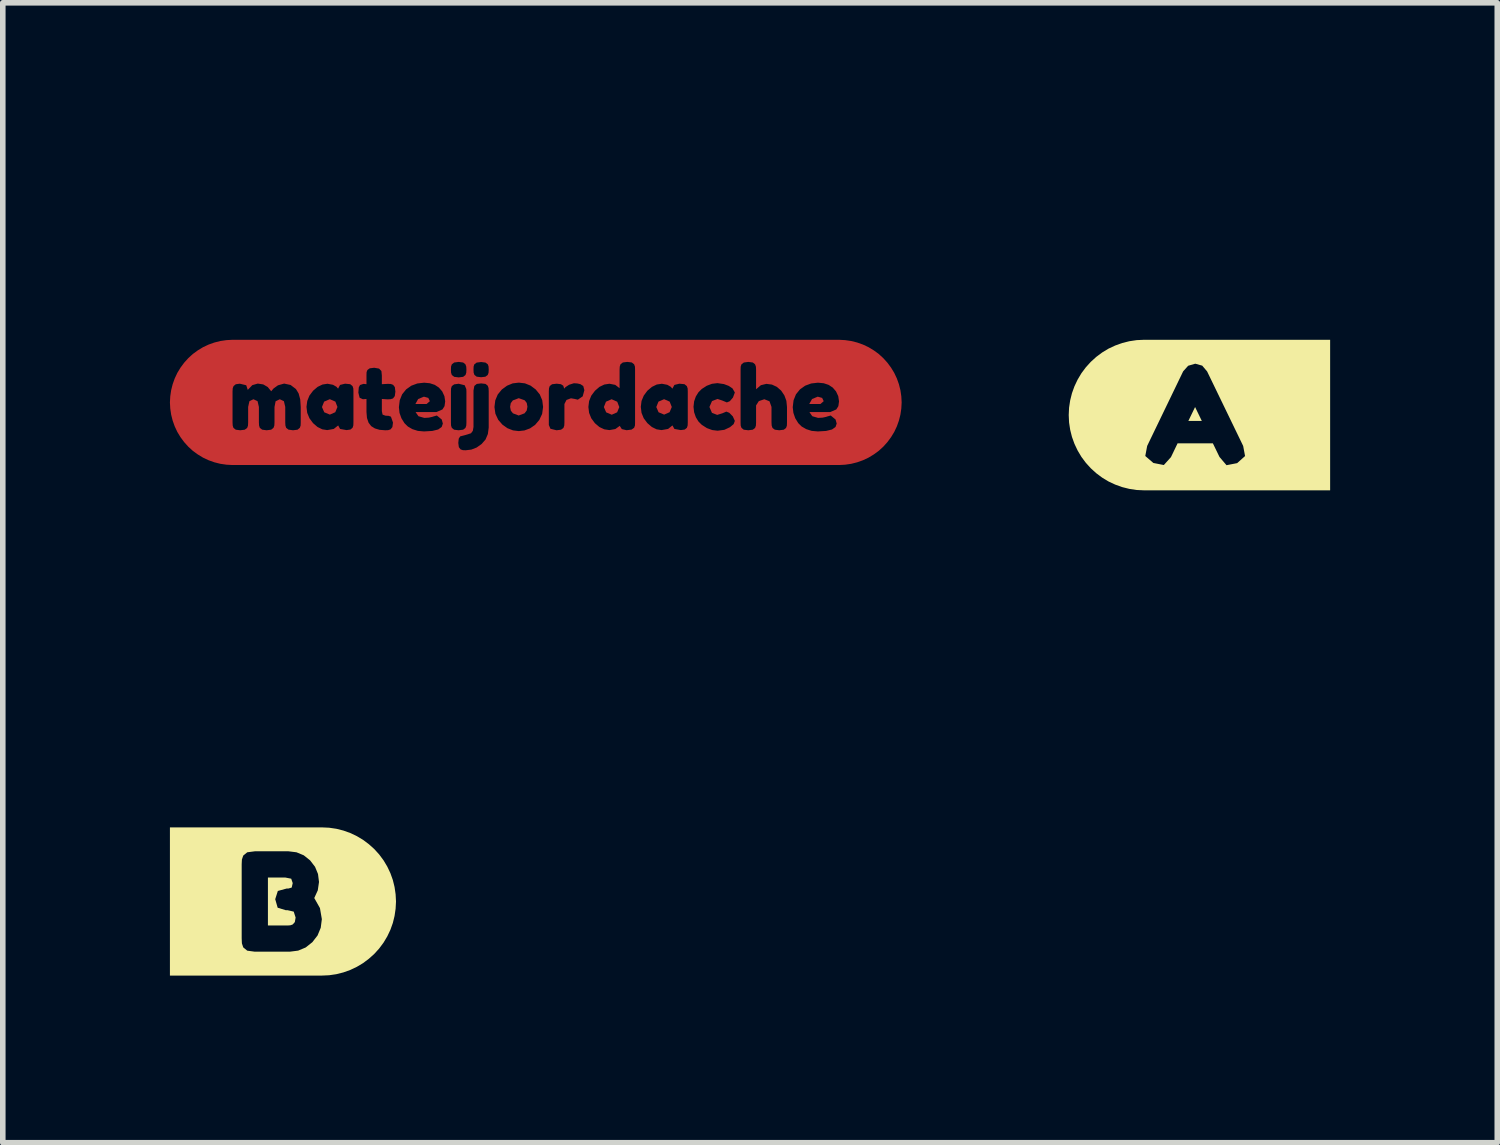
<source format=kicad_pcb>
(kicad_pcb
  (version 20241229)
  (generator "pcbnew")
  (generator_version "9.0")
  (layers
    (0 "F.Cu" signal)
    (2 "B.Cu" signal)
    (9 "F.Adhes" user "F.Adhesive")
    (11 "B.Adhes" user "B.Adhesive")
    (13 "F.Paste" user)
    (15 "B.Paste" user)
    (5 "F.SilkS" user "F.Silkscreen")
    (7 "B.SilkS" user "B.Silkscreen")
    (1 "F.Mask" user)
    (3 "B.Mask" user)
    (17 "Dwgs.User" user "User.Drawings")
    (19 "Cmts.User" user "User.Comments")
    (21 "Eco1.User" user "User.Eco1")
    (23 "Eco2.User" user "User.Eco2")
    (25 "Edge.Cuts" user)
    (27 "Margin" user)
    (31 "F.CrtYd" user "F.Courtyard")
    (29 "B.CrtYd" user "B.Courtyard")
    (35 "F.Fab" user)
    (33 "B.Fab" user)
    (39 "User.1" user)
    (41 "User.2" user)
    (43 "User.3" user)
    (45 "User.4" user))
  (footprint "kibuzzard-65C3E68A"
    (layer "F.Cu")
    (at 6.567 4.173)
    (property "Reference" "kibuzzard-65C3E68A" (at 0 -4.172 0) (layer "F.SilkS") (effects (font (size 0.001 0.001) (thickness 0.15))))
    (attr board_only exclude_from_pos_files exclude_from_bom)
    (fp_poly (pts (xy -1.961 0.029) (xy -1.901 -0.022) (xy -1.929 -0.081) (xy -2.008 -0.103) (xy -2.111 -0.061) (xy -2.161 0.029) (xy -1.961 0.029)) (stroke (width 0) (type solid)) (fill yes) (layer "F.Cu"))
    (fp_poly (pts (xy 5.108 0.029) (xy 5.168 -0.022) (xy 5.14 -0.081) (xy 5.061 -0.103) (xy 4.959 -0.061) (xy 4.908 0.029) (xy 5.108 0.029)) (stroke (width 0) (type solid)) (fill yes) (layer "F.Cu"))
    (fp_poly (pts (xy -3.838 0.083) (xy -3.797 0.177) (xy -3.696 0.219) (xy -3.599 0.176) (xy -3.56 0.082) (xy -3.597 -0.014) (xy -3.697 -0.058) (xy -3.799 -0.014) (xy -3.838 0.083)) (stroke (width 0) (type solid)) (fill yes) (layer "F.Cu"))
    (fp_poly (pts (xy 1.263 0.178) (xy 1.363 0.221) (xy 1.46 0.178) (xy 1.499 0.084) (xy 1.462 -0.012) (xy 1.361 -0.057) (xy 1.26 -0.013) (xy 1.222 0.083) (xy 1.263 0.178)) (stroke (width 0) (type solid)) (fill yes) (layer "F.Cu"))
    (fp_poly (pts (xy 2.163 0.083) (xy 2.204 0.177) (xy 2.304 0.219) (xy 2.402 0.176) (xy 2.441 0.082) (xy 2.403 -0.014) (xy 2.303 -0.058) (xy 2.202 -0.014) (xy 2.163 0.083)) (stroke (width 0) (type solid)) (fill yes) (layer "F.Cu"))
    (fp_poly (pts (xy -0.41 0.196) (xy -0.307 0.235) (xy -0.202 0.196) (xy -0.163 0.146) (xy -0.15 0.078) (xy -0.162 0.01) (xy -0.199 -0.038) (xy -0.306 -0.076) (xy -0.412 -0.036) (xy -0.449 0.013) (xy -0.461 0.08) (xy -0.448 0.148) (xy -0.41 0.196)) (stroke (width 0) (type solid)) (fill yes) (layer "F.Cu"))
    (fp_poly (pts (xy -5.443 -1.124) (xy -5.443 -1.124) (xy -5.553 -1.118) (xy -5.662 -1.102) (xy -5.769 -1.075) (xy -5.873 -1.038) (xy -5.973 -0.991) (xy -6.067 -0.934) (xy -6.156 -0.869) (xy -6.237 -0.795) (xy -6.311 -0.713) (xy -6.377 -0.624) (xy -6.434 -0.53) (xy -6.481 -0.43) (xy -6.518 -0.326) (xy -6.545 -0.219) (xy -6.561 -0.11) (xy -6.567 0) (xy -6.561 0.11) (xy -6.545 0.219) (xy -6.518 0.326) (xy -6.481 0.43) (xy -6.434 0.53) (xy -6.377 0.624) (xy -6.311 0.713) (xy -6.237 0.795) (xy -6.156 0.869) (xy -6.067 0.934) (xy -5.973 0.991) (xy -5.873 1.038) (xy -5.769 1.075) (xy -5.662 1.102) (xy -5.553 1.118) (xy -5.443 1.124) (xy -5.443 1.124) (xy -4.358 1.124) (xy -4.358 0.5) (xy -4.439 0.489) (xy -4.481 0.456) (xy -4.494 0.414) (xy -4.497 0.359) (xy -4.497 0.081) (xy -4.521 -0.022) (xy -4.595 -0.057) (xy -4.67 -0.02) (xy -4.69 0.083) (xy -4.69 0.361) (xy -4.693 0.416) (xy -4.708 0.457) (xy -4.75 0.49) (xy -4.832 0.5) (xy -4.912 0.489) (xy -4.954 0.456) (xy -4.967 0.414) (xy -4.97 0.359) (xy -4.97 0.081) (xy -4.994 -0.022) (xy -5.068 -0.057) (xy -5.14 -0.022) (xy -5.163 0.081) (xy -5.163 0.362) (xy -5.166 0.417) (xy -5.181 0.459) (xy -5.224 0.49) (xy -5.305 0.5) (xy -5.385 0.49) (xy -5.427 0.457) (xy -5.44 0.416) (xy -5.443 0.361) (xy -5.443 -0.198) (xy -5.44 -0.253) (xy -5.425 -0.293) (xy -5.385 -0.326) (xy -5.313 -0.336) (xy -5.197 -0.308) (xy -5.17 -0.225) (xy -5.088 -0.31) (xy -4.99 -0.338) (xy -4.892 -0.323) (xy -4.811 -0.276) (xy -4.749 -0.2) (xy -4.707 -0.25) (xy -4.628 -0.307) (xy -4.517 -0.338) (xy -4.401 -0.313) (xy -4.305 -0.24) (xy -4.257 -0.161) (xy -4.228 -0.053) (xy -4.219 0.083) (xy -4.219 0.361) (xy -4.221 0.415) (xy -4.236 0.457) (xy -4.277 0.49) (xy -4.358 0.5) (xy -4.358 1.124) (xy -3.397 1.124) (xy -3.397 0.497) (xy -3.513 0.476) (xy -3.547 0.413) (xy -3.626 0.476) (xy -3.743 0.497) (xy -3.833 0.483) (xy -3.918 0.441) (xy -3.998 0.372) (xy -4.063 0.284) (xy -4.103 0.187) (xy -4.116 0.08) (xy -4.102 -0.026) (xy -4.063 -0.122) (xy -3.997 -0.21) (xy -3.916 -0.279) (xy -3.829 -0.321) (xy -3.738 -0.335) (xy -3.639 -0.316) (xy -3.577 -0.28) (xy -3.549 -0.247) (xy -3.513 -0.314) (xy -3.423 -0.336) (xy -3.331 -0.327) (xy -3.289 -0.293) (xy -3.275 -0.251) (xy -3.273 -0.197) (xy -3.273 0.359) (xy -3.275 0.414) (xy -3.289 0.456) (xy -3.327 0.487) (xy -3.397 0.497) (xy -3.397 1.124) (xy -2.703 1.124) (xy -2.703 0.5) (xy -2.804 0.492) (xy -2.888 0.467) (xy -2.954 0.426) (xy -3.001 0.365) (xy -3.03 0.28) (xy -3.039 0.173) (xy -3.039 -0.062) (xy -3.104 -0.057) (xy -3.162 -0.084) (xy -3.185 -0.176) (xy -3.177 -0.27) (xy -3.155 -0.312) (xy -3.092 -0.333) (xy -3.039 -0.327) (xy -3.039 -0.49) (xy -3.037 -0.544) (xy -3.022 -0.582) (xy -2.981 -0.612) (xy -2.9 -0.622) (xy -2.813 -0.607) (xy -2.771 -0.563) (xy -2.763 -0.482) (xy -2.763 -0.327) (xy -2.657 -0.333) (xy -2.603 -0.331) (xy -2.561 -0.316) (xy -2.53 -0.275) (xy -2.52 -0.193) (xy -2.531 -0.113) (xy -2.563 -0.071) (xy -2.605 -0.058) (xy -2.66 -0.055) (xy -2.763 -0.062) (xy -2.763 0.157) (xy -2.75 0.219) (xy -2.699 0.238) (xy -2.642 0.241) (xy -2.6 0.256) (xy -2.563 0.362) (xy -2.574 0.443) (xy -2.607 0.484) (xy -2.65 0.498) (xy -2.703 0.5) (xy -2.703 1.124) (xy -2.006 1.124) (xy -2.006 0.521) (xy -2.117 0.511) (xy -2.215 0.48) (xy -2.296 0.433) (xy -2.357 0.373) (xy -2.412 0.284) (xy -2.446 0.188) (xy -2.457 0.086) (xy -2.442 -0.038) (xy -2.399 -0.145) (xy -2.327 -0.234) (xy -2.234 -0.3) (xy -2.126 -0.34) (xy -2.004 -0.354) (xy -1.901 -0.344) (xy -1.813 -0.315) (xy -1.739 -0.266) (xy -1.68 -0.198) (xy -1.64 -0.112) (xy -1.626 -0.018) (xy -1.638 0.067) (xy -1.675 0.126) (xy -1.782 0.173) (xy -2.158 0.173) (xy -2.106 0.248) (xy -2.001 0.278) (xy -1.919 0.273) (xy -1.857 0.259) (xy -1.839 0.253) (xy -1.776 0.235) (xy -1.688 0.307) (xy -1.668 0.38) (xy -1.689 0.441) (xy -1.752 0.486) (xy -1.858 0.512) (xy -2.006 0.521) (xy -2.006 1.124) (xy -1.257 1.124) (xy -1.257 0.859) (xy -1.31 0.857) (xy -1.35 0.843) (xy -1.381 0.803) (xy -1.391 0.727) (xy -1.385 0.671) (xy -1.385 0.5) (xy -1.466 0.49) (xy -1.507 0.457) (xy -1.521 0.416) (xy -1.523 0.361) (xy -1.523 -0.197) (xy -1.521 -0.251) (xy -1.507 -0.293) (xy -1.465 -0.324) (xy -1.384 -0.335) (xy -1.384 -0.449) (xy -1.464 -0.459) (xy -1.507 -0.492) (xy -1.521 -0.534) (xy -1.523 -0.589) (xy -1.521 -0.643) (xy -1.507 -0.684) (xy -1.465 -0.716) (xy -1.384 -0.727) (xy -1.303 -0.716) (xy -1.263 -0.684) (xy -1.248 -0.642) (xy -1.245 -0.587) (xy -1.248 -0.532) (xy -1.262 -0.491) (xy -1.304 -0.459) (xy -1.384 -0.449) (xy -1.384 -0.335) (xy -1.384 -0.335) (xy -1.276 -0.308) (xy -1.247 -0.239) (xy -1.245 -0.193) (xy -1.245 0.362) (xy -1.248 0.417) (xy -1.263 0.459) (xy -1.304 0.49) (xy -1.385 0.5) (xy -1.385 0.671) (xy -1.383 0.651) (xy -1.357 0.61) (xy -1.265 0.586) (xy -1.163 0.554) (xy -1.13 0.51) (xy -1.118 0.44) (xy -1.118 -0.214) (xy -1.103 -0.296) (xy -1.059 -0.332) (xy -0.983 -0.341) (xy -0.983 -0.452) (xy -1.061 -0.462) (xy -1.102 -0.494) (xy -1.116 -0.536) (xy -1.118 -0.59) (xy -1.116 -0.644) (xy -1.103 -0.684) (xy -1.061 -0.715) (xy -0.98 -0.725) (xy -0.903 -0.715) (xy -0.861 -0.684) (xy -0.848 -0.646) (xy -0.845 -0.593) (xy -0.845 -0.584) (xy -0.848 -0.532) (xy -0.863 -0.492) (xy -0.905 -0.461) (xy -0.983 -0.452) (xy -0.983 -0.341) (xy -0.98 -0.341) (xy -0.902 -0.332) (xy -0.862 -0.299) (xy -0.848 -0.258) (xy -0.845 -0.203) (xy -0.845 0.451) (xy -0.86 0.567) (xy -0.902 0.666) (xy -0.974 0.748) (xy -1.062 0.81) (xy -1.157 0.847) (xy -1.257 0.859) (xy -1.257 1.124) (xy -0.306 1.124) (xy -0.306 0.515) (xy -0.409 0.502) (xy -0.509 0.463) (xy -0.599 0.399) (xy -0.675 0.311) (xy -0.725 0.203) (xy -0.742 0.083) (xy -0.727 -0.037) (xy -0.683 -0.142) (xy -0.609 -0.232) (xy -0.516 -0.3) (xy -0.414 -0.342) (xy -0.304 -0.355) (xy -0.194 -0.342) (xy -0.093 -0.301) (xy -0.001 -0.232) (xy 0.072 -0.143) (xy 0.116 -0.038) (xy 0.131 0.081) (xy 0.114 0.206) (xy 0.063 0.315) (xy -0.013 0.404) (xy -0.103 0.466) (xy -0.203 0.503) (xy -0.306 0.515) (xy -0.306 1.124) (xy 0.372 1.124) (xy 0.372 0.5) (xy 0.263 0.473) (xy 0.234 0.405) (xy 0.234 0.359) (xy 0.234 -0.198) (xy 0.237 -0.253) (xy 0.25 -0.293) (xy 0.292 -0.326) (xy 0.374 -0.336) (xy 0.451 -0.327) (xy 0.493 -0.3) (xy 0.51 -0.247) (xy 0.533 -0.274) (xy 0.598 -0.317) (xy 0.684 -0.344) (xy 0.747 -0.34) (xy 0.802 -0.327) (xy 0.852 -0.294) (xy 0.872 -0.22) (xy 0.842 -0.109) (xy 0.755 -0.049) (xy 0.7 -0.062) (xy 0.631 -0.074) (xy 0.551 -0.044) (xy 0.514 0.029) (xy 0.514 0.362) (xy 0.511 0.417) (xy 0.496 0.459) (xy 0.453 0.49) (xy 0.372 0.5) (xy 0.372 1.124) (xy 1.63 1.124) (xy 1.63 0.499) (xy 1.544 0.479) (xy 1.507 0.421) (xy 1.428 0.478) (xy 1.322 0.497) (xy 1.229 0.483) (xy 1.142 0.442) (xy 1.061 0.373) (xy 0.996 0.285) (xy 0.957 0.188) (xy 0.944 0.082) (xy 0.957 -0.024) (xy 0.996 -0.121) (xy 1.062 -0.209) (xy 1.143 -0.279) (xy 1.23 -0.321) (xy 1.322 -0.335) (xy 1.426 -0.315) (xy 1.504 -0.255) (xy 1.504 -0.589) (xy 1.507 -0.643) (xy 1.521 -0.685) (xy 1.563 -0.717) (xy 1.643 -0.727) (xy 1.723 -0.717) (xy 1.765 -0.684) (xy 1.78 -0.642) (xy 1.782 -0.587) (xy 1.782 0.361) (xy 1.78 0.415) (xy 1.765 0.456) (xy 1.719 0.488) (xy 1.63 0.499) (xy 1.63 1.124) (xy 2.603 1.124) (xy 2.603 0.497) (xy 2.488 0.476) (xy 2.453 0.413) (xy 2.375 0.476) (xy 2.257 0.497) (xy 2.168 0.483) (xy 2.083 0.441) (xy 2.003 0.372) (xy 1.937 0.284) (xy 1.898 0.187) (xy 1.885 0.08) (xy 1.898 -0.026) (xy 1.938 -0.122) (xy 2.003 -0.21) (xy 2.085 -0.279) (xy 2.171 -0.321) (xy 2.263 -0.335) (xy 2.361 -0.316) (xy 2.423 -0.28) (xy 2.452 -0.247) (xy 2.488 -0.314) (xy 2.577 -0.336) (xy 2.669 -0.327) (xy 2.711 -0.293) (xy 2.726 -0.251) (xy 2.728 -0.197) (xy 2.728 0.359) (xy 2.726 0.414) (xy 2.712 0.456) (xy 2.674 0.487) (xy 2.603 0.497) (xy 2.603 1.124) (xy 3.263 1.124) (xy 3.263 0.508) (xy 3.166 0.496) (xy 3.071 0.461) (xy 2.979 0.402) (xy 2.92 0.343) (xy 2.873 0.266) (xy 2.842 0.177) (xy 2.831 0.079) (xy 2.842 -0.019) (xy 2.873 -0.107) (xy 2.92 -0.182) (xy 2.979 -0.241) (xy 3.069 -0.299) (xy 3.162 -0.334) (xy 3.26 -0.346) (xy 3.377 -0.329) (xy 3.462 -0.297) (xy 3.487 -0.281) (xy 3.531 -0.251) (xy 3.573 -0.178) (xy 3.539 -0.087) (xy 3.483 -0.022) (xy 3.43 0.000265) (xy 3.344 -0.035) (xy 3.262 -0.062) (xy 3.163 -0.024) (xy 3.117 0.082) (xy 3.162 0.187) (xy 3.256 0.224) (xy 3.35 0.195) (xy 3.42 0.165) (xy 3.473 0.186) (xy 3.536 0.25) (xy 3.573 0.332) (xy 3.551 0.39) (xy 3.485 0.445) (xy 3.385 0.492) (xy 3.263 0.508) (xy 3.263 1.124) (xy 4.37 1.124) (xy 4.37 0.5) (xy 4.291 0.49) (xy 4.249 0.459) (xy 4.234 0.416) (xy 4.231 0.359) (xy 4.231 0.081) (xy 4.195 -0.02) (xy 4.102 -0.057) (xy 4.003 -0.023) (xy 3.954 0.054) (xy 3.954 0.362) (xy 3.951 0.417) (xy 3.936 0.459) (xy 3.895 0.49) (xy 3.814 0.5) (xy 3.733 0.49) (xy 3.692 0.457) (xy 3.678 0.416) (xy 3.676 0.361) (xy 3.676 -0.589) (xy 3.678 -0.643) (xy 3.692 -0.684) (xy 3.734 -0.716) (xy 3.816 -0.727) (xy 3.896 -0.716) (xy 3.936 -0.684) (xy 3.951 -0.642) (xy 3.954 -0.587) (xy 3.954 -0.236) (xy 4.04 -0.309) (xy 4.139 -0.333) (xy 4.239 -0.32) (xy 4.327 -0.279) (xy 4.404 -0.212) (xy 4.462 -0.126) (xy 4.498 -0.028) (xy 4.509 0.083) (xy 4.509 0.362) (xy 4.507 0.417) (xy 4.492 0.459) (xy 4.451 0.49) (xy 4.37 0.5) (xy 4.37 1.124) (xy 5.063 1.124) (xy 5.063 0.521) (xy 4.952 0.511) (xy 4.855 0.48) (xy 4.773 0.433) (xy 4.712 0.373) (xy 4.657 0.284) (xy 4.624 0.188) (xy 4.612 0.086) (xy 4.627 -0.038) (xy 4.67 -0.145) (xy 4.742 -0.234) (xy 4.835 -0.3) (xy 4.943 -0.34) (xy 5.065 -0.354) (xy 5.168 -0.344) (xy 5.256 -0.315) (xy 5.33 -0.266) (xy 5.389 -0.198) (xy 5.429 -0.112) (xy 5.443 -0.018) (xy 5.431 0.067) (xy 5.394 0.126) (xy 5.287 0.173) (xy 4.911 0.173) (xy 4.963 0.248) (xy 5.068 0.278) (xy 5.15 0.273) (xy 5.213 0.259) (xy 5.23 0.253) (xy 5.294 0.235) (xy 5.381 0.307) (xy 5.401 0.38) (xy 5.38 0.441) (xy 5.317 0.486) (xy 5.211 0.512) (xy 5.063 0.521) (xy 5.063 1.124) (xy 5.443 1.124) (xy 5.443 1.124) (xy 5.553 1.118) (xy 5.662 1.102) (xy 5.769 1.075) (xy 5.873 1.038) (xy 5.973 0.991) (xy 6.067 0.934) (xy 6.156 0.869) (xy 6.237 0.795) (xy 6.311 0.713) (xy 6.377 0.624) (xy 6.434 0.53) (xy 6.481 0.43) (xy 6.518 0.326) (xy 6.545 0.219) (xy 6.561 0.11) (xy 6.567 0) (xy 6.561 -0.11) (xy 6.545 -0.219) (xy 6.518 -0.326) (xy 6.481 -0.43) (xy 6.434 -0.53) (xy 6.377 -0.624) (xy 6.311 -0.713) (xy 6.237 -0.795) (xy 6.156 -0.869) (xy 6.067 -0.934) (xy 5.973 -0.991) (xy 5.873 -1.038) (xy 5.769 -1.075) (xy 5.662 -1.102) (xy 5.553 -1.118) (xy 5.443 -1.124) (xy 5.443 -1.124) (xy -5.443 -1.124)) (stroke (width 0) (type solid)) (fill yes) (layer "F.Cu")))
  (footprint "kibuzzard-6678BAB8"
    (layer "F.Cu")
    (at 18.479 4.4)
    (property "Reference" "kibuzzard-6678BAB8" (at 0 -4.399 0) (layer "F.SilkS") (effects (font (size 0.001 0.001) (thickness 0.15))))
    (attr board_only exclude_from_pos_files exclude_from_bom)
    (fp_poly (pts (xy -0.078 -0.144) (xy -0.199 0.106) (xy 0.043 0.106) (xy -0.078 -0.144)) (stroke (width 0) (type solid)) (fill yes) (layer "F.SilkS"))
    (fp_poly (pts (xy -0.995 -1.351) (xy -0.995 -1.351) (xy -1.127 -1.345) (xy -1.259 -1.325) (xy -1.387 -1.293) (xy -1.512 -1.248) (xy -1.632 -1.192) (xy -1.746 -1.123) (xy -1.852 -1.044) (xy -1.95 -0.955) (xy -2.039 -0.857) (xy -2.118 -0.751) (xy -2.186 -0.637) (xy -2.243 -0.517) (xy -2.288 -0.392) (xy -2.32 -0.264) (xy -2.34 -0.132) (xy -2.346 0) (xy -2.34 0.132) (xy -2.32 0.264) (xy -2.288 0.392) (xy -2.243 0.517) (xy -2.186 0.637) (xy -2.118 0.751) (xy -2.039 0.857) (xy -1.95 0.955) (xy -1.852 1.044) (xy -1.746 1.123) (xy -1.632 1.192) (xy -1.512 1.248) (xy -1.387 1.293) (xy -1.259 1.325) (xy -1.127 1.345) (xy -0.995 1.351) (xy -0.995 1.351) (xy 0.486 1.351) (xy 0.486 0.9) (xy 0.36 0.752) (xy 0.241 0.507) (xy -0.392 0.507) (xy -0.511 0.755) (xy -0.639 0.897) (xy -0.827 0.86) (xy -0.972 0.735) (xy -0.938 0.554) (xy -0.292 -0.785) (xy -0.202 -0.885) (xy -0.075 -0.922) (xy 0.05 -0.887) (xy 0.138 -0.783) (xy 0.785 0.554) (xy 0.819 0.736) (xy 0.677 0.863) (xy 0.486 0.9) (xy 0.486 1.351) (xy 0.844 1.351) (xy 2.346 1.351) (xy 2.346 -1.351) (xy 0.844 -1.351) (xy -0.995 -1.351)) (stroke (width 0) (type solid)) (fill yes) (layer "F.SilkS")))
  (footprint "kibuzzard-6678BAC3"
    (layer "F.Cu")
    (at 2.029 13.131)
    (property "Reference" "kibuzzard-6678BAC3" (at 0 -4.378 0) (layer "F.SilkS") (effects (font (size 0.001 0.001) (thickness 0.15))))
    (attr board_only exclude_from_pos_files exclude_from_bom)
    (fp_poly (pts (xy -0.27 0.43) (xy 0.098 0.43) (xy 0.134 0.427) (xy 0.174 0.413) (xy 0.213 0.37) (xy 0.227 0.288) (xy 0.193 0.182) (xy 0.085 0.157) (xy 0.052 0.157) (xy -0.095 0.112) (xy -0.139 -0.041) (xy -0.092 -0.189) (xy 0.065 -0.232) (xy 0.096 -0.232) (xy 0.157 -0.25) (xy 0.175 -0.33) (xy 0.148 -0.409) (xy 0.042 -0.43) (xy -0.27 -0.43) (xy -0.27 0.43)) (stroke (width 0) (type solid)) (fill yes) (layer "F.SilkS"))
    (fp_poly (pts (xy -0.741 -1.33) (xy -2.029 -1.33) (xy -2.029 1.33) (xy -0.741 1.33) (xy -0.507 1.33) (xy -0.507 0.901) (xy -0.641 0.883) (xy -0.713 0.824) (xy -0.737 0.752) (xy -0.741 0.662) (xy -0.741 -0.667) (xy -0.737 -0.753) (xy -0.713 -0.824) (xy -0.641 -0.883) (xy -0.504 -0.901) (xy 0.098 -0.901) (xy 0.243 -0.883) (xy 0.373 -0.829) (xy 0.487 -0.738) (xy 0.576 -0.622) (xy 0.629 -0.493) (xy 0.647 -0.35) (xy 0.625 -0.2) (xy 0.562 -0.062) (xy 0.664 0.119) (xy 0.698 0.317) (xy 0.678 0.472) (xy 0.621 0.61) (xy 0.527 0.731) (xy 0.407 0.826) (xy 0.273 0.882) (xy 0.124 0.901) (xy -0.507 0.901) (xy -0.507 1.33) (xy 0.698 1.33) (xy 0.698 1.33) (xy 0.829 1.324) (xy 0.958 1.305) (xy 1.085 1.273) (xy 1.208 1.229) (xy 1.326 1.173) (xy 1.438 1.106) (xy 1.542 1.028) (xy 1.639 0.941) (xy 1.727 0.844) (xy 1.805 0.739) (xy 1.872 0.627) (xy 1.928 0.509) (xy 1.972 0.386) (xy 2.003 0.26) (xy 2.022 0.13) (xy 2.029 0) (xy 2.022 -0.13) (xy 2.003 -0.26) (xy 1.972 -0.386) (xy 1.928 -0.509) (xy 1.872 -0.627) (xy 1.805 -0.739) (xy 1.727 -0.844) (xy 1.639 -0.941) (xy 1.542 -1.028) (xy 1.438 -1.106) (xy 1.326 -1.173) (xy 1.208 -1.229) (xy 1.085 -1.273) (xy 0.958 -1.305) (xy 0.829 -1.324) (xy 0.698 -1.33) (xy 0.698 -1.33) (xy -0.741 -1.33)) (stroke (width 0) (type solid)) (fill yes) (layer "F.SilkS")))
  (gr_rect
    (start -3 -3)
    (end 23.825 17.461)
    (stroke (width 0.1) (type default))
    (fill no)
    (layer "Edge.Cuts")))
</source>
